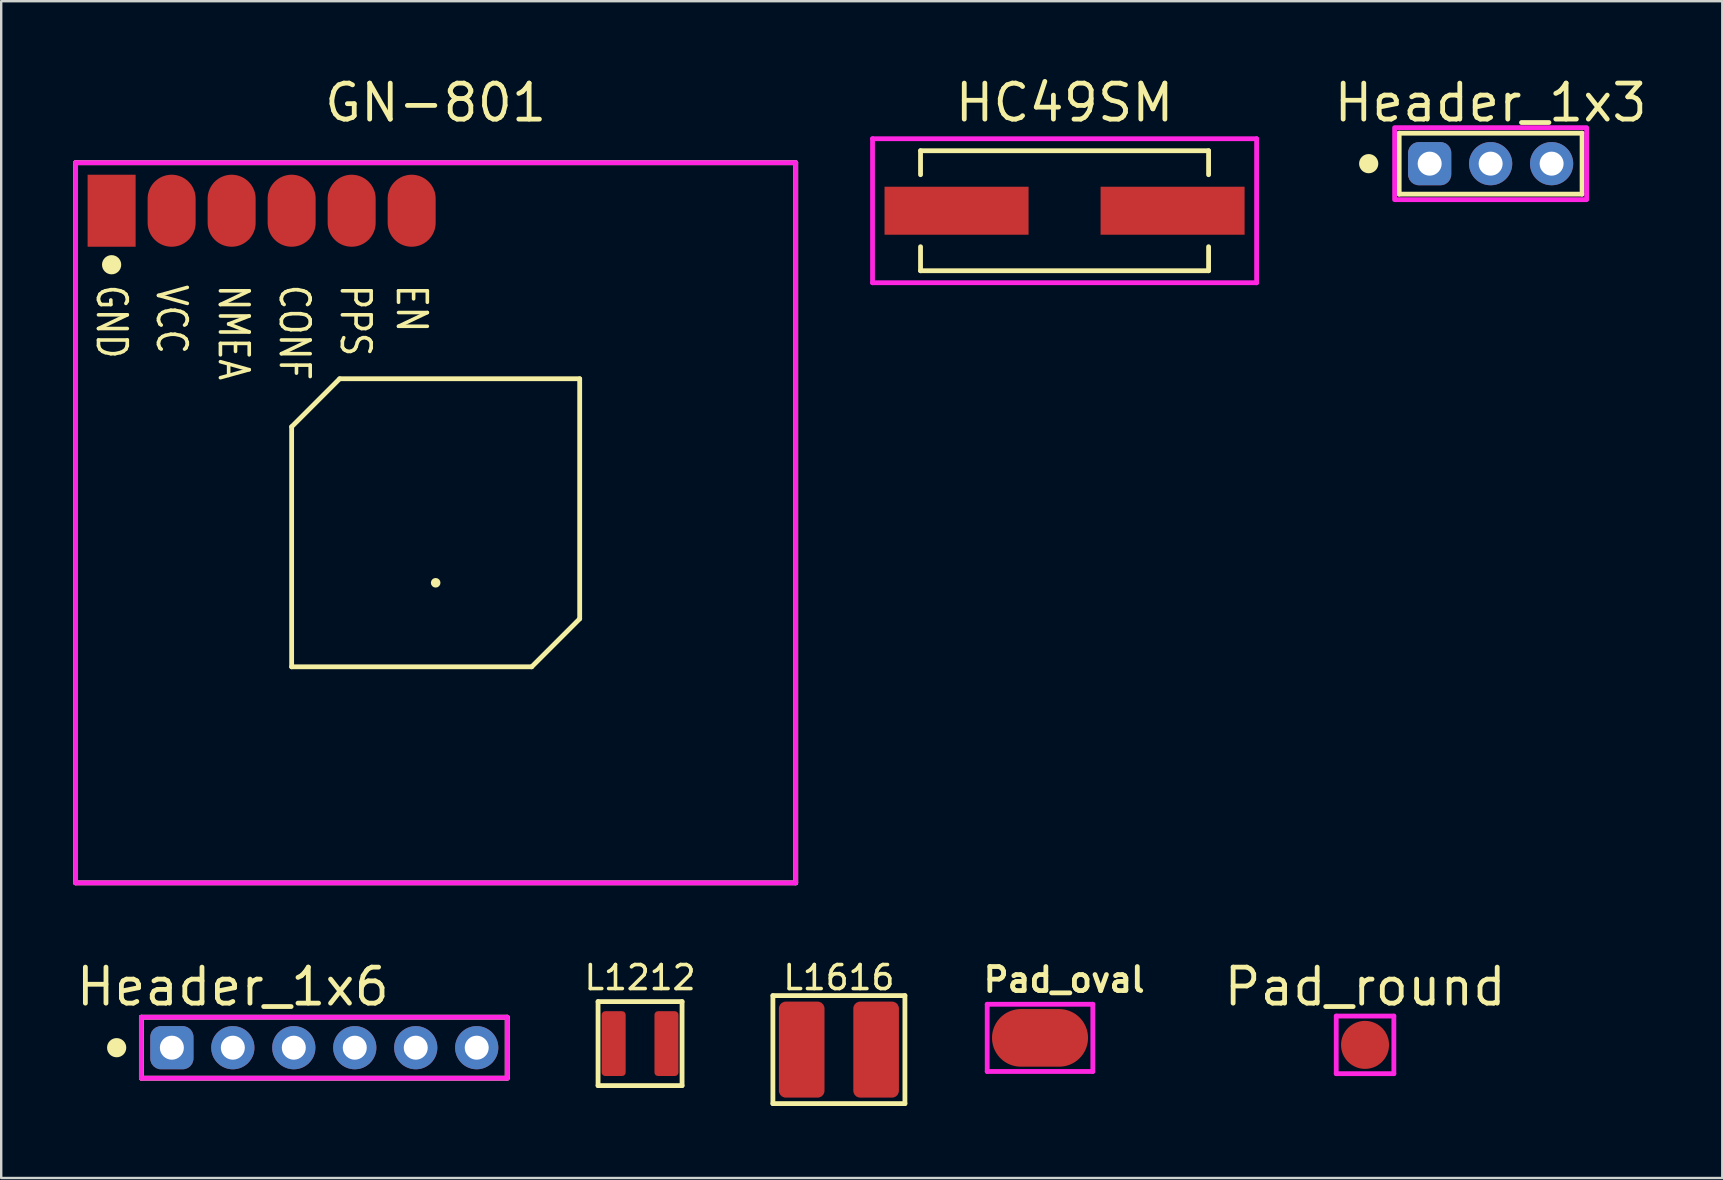
<source format=kicad_pcb>
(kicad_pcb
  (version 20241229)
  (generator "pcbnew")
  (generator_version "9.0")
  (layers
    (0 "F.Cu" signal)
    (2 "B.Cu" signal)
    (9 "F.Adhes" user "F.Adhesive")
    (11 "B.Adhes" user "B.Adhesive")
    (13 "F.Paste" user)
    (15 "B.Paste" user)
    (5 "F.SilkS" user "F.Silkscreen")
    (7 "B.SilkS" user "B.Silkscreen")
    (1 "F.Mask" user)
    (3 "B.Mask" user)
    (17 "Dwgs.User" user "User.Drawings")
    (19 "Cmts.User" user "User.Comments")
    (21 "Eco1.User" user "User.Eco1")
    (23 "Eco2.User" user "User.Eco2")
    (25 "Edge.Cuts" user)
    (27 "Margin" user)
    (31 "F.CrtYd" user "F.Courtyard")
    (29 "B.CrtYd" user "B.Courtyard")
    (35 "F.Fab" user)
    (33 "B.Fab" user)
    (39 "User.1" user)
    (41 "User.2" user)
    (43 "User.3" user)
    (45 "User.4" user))
  (footprint "Header_1x6"
    (layer "F.Cu")
    (at 10.46 40.597)
    (property "Reference" "Header_1x6" (at -3.81 -2.54 0) (layer "F.SilkS") (effects (font (size 1.5 1.5) (thickness 0.2))))
    (attr through_hole)
    (fp_line (start -7.62 -1.27) (end 7.62 -1.27) (stroke (width 0.2) (type solid)) (layer "F.SilkS"))
    (fp_line (start -7.62 1.27) (end -7.62 -1.27) (stroke (width 0.2) (type solid)) (layer "F.SilkS"))
    (fp_line (start 7.62 -1.27) (end 7.62 1.27) (stroke (width 0.2) (type solid)) (layer "F.SilkS"))
    (fp_line (start 7.62 1.27) (end -7.62 1.27) (stroke (width 0.2) (type solid)) (layer "F.SilkS"))
    (fp_circle (center -8.65 0) (end -8.45 0) (stroke (width 0.4) (type solid)) (fill no) (layer "F.SilkS"))
    (fp_line (start -7.62 -1.27) (end 7.62 -1.27) (stroke (width 0.2) (type solid)) (layer "F.CrtYd"))
    (fp_line (start -7.62 1.27) (end -7.62 -1.27) (stroke (width 0.2) (type solid)) (layer "F.CrtYd"))
    (fp_line (start 7.62 -1.27) (end 7.62 1.27) (stroke (width 0.2) (type solid)) (layer "F.CrtYd"))
    (fp_line (start 7.62 1.27) (end -7.62 1.27) (stroke (width 0.2) (type solid)) (layer "F.CrtYd"))
    (pad "1" thru_hole roundrect (at -6.35 0) (size 1.8 1.8) (drill 1) (layers "*.Cu" "*.Mask") (roundrect_rratio 0.25))
    (pad "2" thru_hole circle (at -3.81 0) (size 1.8 1.8) (drill 1) (layers "*.Cu" "*.Mask"))
    (pad "3" thru_hole circle (at -1.27 0) (size 1.8 1.8) (drill 1) (layers "*.Cu" "*.Mask"))
    (pad "4" thru_hole circle (at 1.27 0) (size 1.8 1.8) (drill 1) (layers "*.Cu" "*.Mask"))
    (pad "5" thru_hole circle (at 3.81 0) (size 1.8 1.8) (drill 1) (layers "*.Cu" "*.Mask"))
    (pad "6" thru_hole circle (at 6.35 0) (size 1.8 1.8) (drill 1) (layers "*.Cu" "*.Mask")))
  (footprint "L1616"
    (layer "F.Cu")
    (at 31.899 40.677)
    (property "Reference" "L1616" (at 0 -3 0) (unlocked yes) (layer "F.SilkS") (effects (font (size 1 1) (thickness 0.15))))
    (attr smd)
    (fp_line (start -2.75 -2.25) (end 2.75 -2.25) (stroke (width 0.2) (type solid)) (layer "F.SilkS"))
    (fp_line (start -2.75 2.25) (end -2.75 -2.25) (stroke (width 0.2) (type solid)) (layer "F.SilkS"))
    (fp_line (start 2.75 -2.25) (end 2.75 2.25) (stroke (width 0.2) (type solid)) (layer "F.SilkS"))
    (fp_line (start 2.75 2.25) (end -2.75 2.25) (stroke (width 0.2) (type solid)) (layer "F.SilkS"))
    (pad "1" smd roundrect (at -1.55 0) (size 1.9 4) (layers "F.Cu" "F.Mask" "F.Paste") (roundrect_rratio 0.15))
    (pad "2" smd roundrect (at 1.55 0) (size 1.9 4) (layers "F.Cu" "F.Mask" "F.Paste") (roundrect_rratio 0.15)))
  (footprint "GN-801"
    (layer "F.Cu")
    (at 15.1 18.729)
    (property "Reference" "GN-801" (at 0 -17.5 0) (layer "F.SilkS") (effects (font (size 1.5 1.5) (thickness 0.2))))
    (attr smd)
    (fp_line (start -15 -15) (end 15 -15) (stroke (width 0.2) (type solid)) (layer "F.SilkS"))
    (fp_line (start -15 15) (end -15 -15) (stroke (width 0.2) (type solid)) (layer "F.SilkS"))
    (fp_line (start -6 -4) (end -4 -6) (stroke (width 0.2) (type solid)) (layer "F.SilkS"))
    (fp_line (start -6 6) (end -6 -4) (stroke (width 0.2) (type solid)) (layer "F.SilkS"))
    (fp_line (start -4 -6) (end 6 -6) (stroke (width 0.2) (type solid)) (layer "F.SilkS"))
    (fp_line (start 4 6) (end -6 6) (stroke (width 0.2) (type solid)) (layer "F.SilkS"))
    (fp_line (start 6 -6) (end 6 4) (stroke (width 0.2) (type solid)) (layer "F.SilkS"))
    (fp_line (start 6 4) (end 4 6) (stroke (width 0.2) (type solid)) (layer "F.SilkS"))
    (fp_line (start 15 -15) (end 15 15) (stroke (width 0.2) (type solid)) (layer "F.SilkS"))
    (fp_line (start 15 15) (end -15 15) (stroke (width 0.2) (type solid)) (layer "F.SilkS"))
    (fp_circle (center -13.5 -10.75) (end -13.3 -10.75) (stroke (width 0.4) (type solid)) (fill no) (layer "F.SilkS"))
    (fp_circle (center 0 2.5) (end 0.1 2.5) (stroke (width 0.2) (type solid)) (fill no) (layer "F.SilkS"))
    (fp_line (start -15 -15) (end 15 -15) (stroke (width 0.2) (type solid)) (layer "F.CrtYd"))
    (fp_line (start -15 15) (end -15 -15) (stroke (width 0.2) (type solid)) (layer "F.CrtYd"))
    (fp_line (start 15 -15) (end 15 15) (stroke (width 0.2) (type solid)) (layer "F.CrtYd"))
    (fp_line (start 15 15) (end -15 15) (stroke (width 0.2) (type solid)) (layer "F.CrtYd"))
    (fp_text user "CONF" (at -5.88 -10 270) (unlocked yes) (layer "F.SilkS") (effects (font (size 1.2 1) (thickness 0.15)) (justify left)))
    (fp_text user "PPS" (at -3.34 -10 270) (unlocked yes) (layer "F.SilkS") (effects (font (size 1.2 1) (thickness 0.15)) (justify left)))
    (fp_text user "GND" (at -13.5 -10 270) (unlocked yes) (layer "F.SilkS") (effects (font (size 1.2 1) (thickness 0.15)) (justify left)))
    (fp_text user "EN" (at -1 -10 270) (unlocked yes) (layer "F.SilkS") (effects (font (size 1.2 1) (thickness 0.15)) (justify left)))
    (fp_text user "VCC" (at -11 -10 270) (unlocked yes) (layer "F.SilkS") (effects (font (size 1.2 1) (thickness 0.15)) (justify left)))
    (fp_text user "NMEA" (at -8.42 -10 270) (unlocked yes) (layer "F.SilkS") (effects (font (size 1.2 1) (thickness 0.15)) (justify left)))
    (pad "1" smd rect (at -13.5 -13) (size 2 3) (layers "F.Cu" "F.Mask" "F.Paste"))
    (pad "2" smd oval (at -11 -13) (size 2 3) (layers "F.Cu" "F.Mask" "F.Paste"))
    (pad "3" smd oval (at -8.5 -13) (size 2 3) (layers "F.Cu" "F.Mask" "F.Paste"))
    (pad "4" smd oval (at -6 -13) (size 2 3) (layers "F.Cu" "F.Mask" "F.Paste"))
    (pad "5" smd oval (at -3.5 -13) (size 2 3) (layers "F.Cu" "F.Mask" "F.Paste"))
    (pad "6" smd oval (at -1 -13) (size 2 3) (layers "F.Cu" "F.Mask" "F.Paste")))
  (footprint "HC49SM"
    (layer "F.Cu")
    (at 41.3 5.729)
    (property "Reference" "HC49SM" (at 0 -4.5 0) (layer "F.SilkS") (effects (font (size 1.5 1.5) (thickness 0.2))))
    (attr smd)
    (fp_line (start -6 -2.5) (end 6 -2.5) (stroke (width 0.2) (type solid)) (layer "F.SilkS"))
    (fp_line (start -6 -1.5) (end -6 -2.5) (stroke (width 0.2) (type solid)) (layer "F.SilkS"))
    (fp_line (start -6 2.5) (end -6 1.5) (stroke (width 0.2) (type solid)) (layer "F.SilkS"))
    (fp_line (start 6 -2.5) (end 6 -1.5) (stroke (width 0.2) (type solid)) (layer "F.SilkS"))
    (fp_line (start 6 2.5) (end -6 2.5) (stroke (width 0.2) (type solid)) (layer "F.SilkS"))
    (fp_line (start 6 2.5) (end 6 1.5) (stroke (width 0.2) (type solid)) (layer "F.SilkS"))
    (fp_line (start -8 -3) (end 8 -3) (stroke (width 0.2) (type solid)) (layer "F.CrtYd"))
    (fp_line (start -8 3) (end -8 -3) (stroke (width 0.2) (type solid)) (layer "F.CrtYd"))
    (fp_line (start 8 -3) (end 8 3) (stroke (width 0.2) (type solid)) (layer "F.CrtYd"))
    (fp_line (start 8 3) (end -8 3) (stroke (width 0.2) (type solid)) (layer "F.CrtYd"))
    (pad "1" smd rect (at -4.5 0) (size 6 2) (layers "F.Cu" "F.Mask" "F.Paste"))
    (pad "2" smd rect (at 4.5 0) (size 6 2) (layers "F.Cu" "F.Mask" "F.Paste")))
  (footprint "Header_1x3"
    (layer "F.Cu")
    (at 59.05 3.768)
    (property "Reference" "Header_1x3" (at 0 -2.54 0) (layer "F.SilkS") (effects (font (size 1.5 1.5) (thickness 0.2))))
    (attr through_hole)
    (fp_line (start -3.81 -1.27) (end 3.81 -1.27) (stroke (width 0.2) (type solid)) (layer "F.SilkS"))
    (fp_line (start -3.81 1.27) (end -3.81 -1.27) (stroke (width 0.2) (type solid)) (layer "F.SilkS"))
    (fp_line (start 3.81 -1.27) (end 3.81 1.27) (stroke (width 0.2) (type solid)) (layer "F.SilkS"))
    (fp_line (start 3.81 1.27) (end -3.81 1.27) (stroke (width 0.2) (type solid)) (layer "F.SilkS"))
    (fp_circle (center -5.08 0) (end -4.88 0) (stroke (width 0.4) (type solid)) (fill no) (layer "F.SilkS"))
    (fp_rect (start -4 -1.5) (end 4 1.5) (stroke (width 0.2) (type default)) (fill no) (layer "F.CrtYd"))
    (pad "1" thru_hole roundrect (at -2.54 0) (size 1.8 1.8) (drill 1) (layers "*.Cu" "*.Mask") (roundrect_rratio 0.25))
    (pad "2" thru_hole circle (at 0 0) (size 1.8 1.8) (drill 1) (layers "*.Cu" "*.Mask"))
    (pad "3" thru_hole circle (at 2.54 0) (size 1.8 1.8) (drill 1) (layers "*.Cu" "*.Mask")))
  (footprint "L1212"
    (layer "F.Cu")
    (at 23.615 40.427)
    (property "Reference" "L1212" (at 0 -2.75 0) (unlocked yes) (layer "F.SilkS") (effects (font (size 1 1) (thickness 0.15))))
    (attr smd)
    (fp_line (start -1.75 -1.75) (end 1.75 -1.75) (stroke (width 0.2) (type solid)) (layer "F.SilkS"))
    (fp_line (start -1.75 1.75) (end -1.75 -1.75) (stroke (width 0.2) (type solid)) (layer "F.SilkS"))
    (fp_line (start 1.75 -1.75) (end 1.75 1.75) (stroke (width 0.2) (type solid)) (layer "F.SilkS"))
    (fp_line (start 1.75 1.75) (end -1.75 1.75) (stroke (width 0.2) (type solid)) (layer "F.SilkS"))
    (pad "1" smd roundrect (at -1.1 0) (size 1 2.7) (layers "F.Cu" "F.Mask" "F.Paste") (roundrect_rratio 0.15))
    (pad "2" smd roundrect (at 1.1 0) (size 1 2.7) (layers "F.Cu" "F.Mask" "F.Paste") (roundrect_rratio 0.15)))
  (footprint "Pad_round"
    (layer "F.Cu")
    (at 53.818 40.48)
    (property "Reference" "Pad_round" (at 0.005 -2.423 0) (layer "F.SilkS") (effects (font (size 1.5 1.5) (thickness 0.2))))
    (attr smd)
    (fp_line (start -1.2 -1.2) (end 1.2 -1.2) (stroke (width 0.2) (type solid)) (layer "F.CrtYd"))
    (fp_line (start -1.2 1.2) (end -1.2 -1.2) (stroke (width 0.2) (type solid)) (layer "F.CrtYd"))
    (fp_line (start 1.2 -1.2) (end 1.2 1.2) (stroke (width 0.2) (type solid)) (layer "F.CrtYd"))
    (fp_line (start 1.2 1.2) (end -1.2 1.2) (stroke (width 0.2) (type solid)) (layer "F.CrtYd"))
    (pad "1" smd circle (at 0 0) (size 2 2) (layers "F.Cu" "F.Mask" "F.Paste")))
  (footprint "Pad_oval"
    (layer "F.Cu")
    (at 40.277 40.188)
    (property "Reference" "Pad_oval" (at 1.005 -2.423 0) (layer "F.SilkS") (effects (font (size 1 1) (thickness 0.2))))
    (attr smd exclude_from_bom)
    (fp_line (start -2.2 -1.4) (end 2.2 -1.4) (stroke (width 0.2) (type solid)) (layer "F.CrtYd"))
    (fp_line (start -2.2 1.4) (end -2.2 -1.4) (stroke (width 0.2) (type solid)) (layer "F.CrtYd"))
    (fp_line (start 2.2 -1.4) (end 2.2 1.4) (stroke (width 0.2) (type solid)) (layer "F.CrtYd"))
    (fp_line (start 2.2 1.4) (end -2.2 1.4) (stroke (width 0.2) (type solid)) (layer "F.CrtYd"))
    (pad "1" smd oval (at 1 0) (size 4 2.4) (drill (offset -1 0)) (layers "F.Cu" "F.Mask" "F.Paste")))
  (gr_rect
    (start -3 -3)
    (end 68.7 46.027)
    (stroke (width 0.1) (type default))
    (fill no)
    (layer "Edge.Cuts")))
</source>
